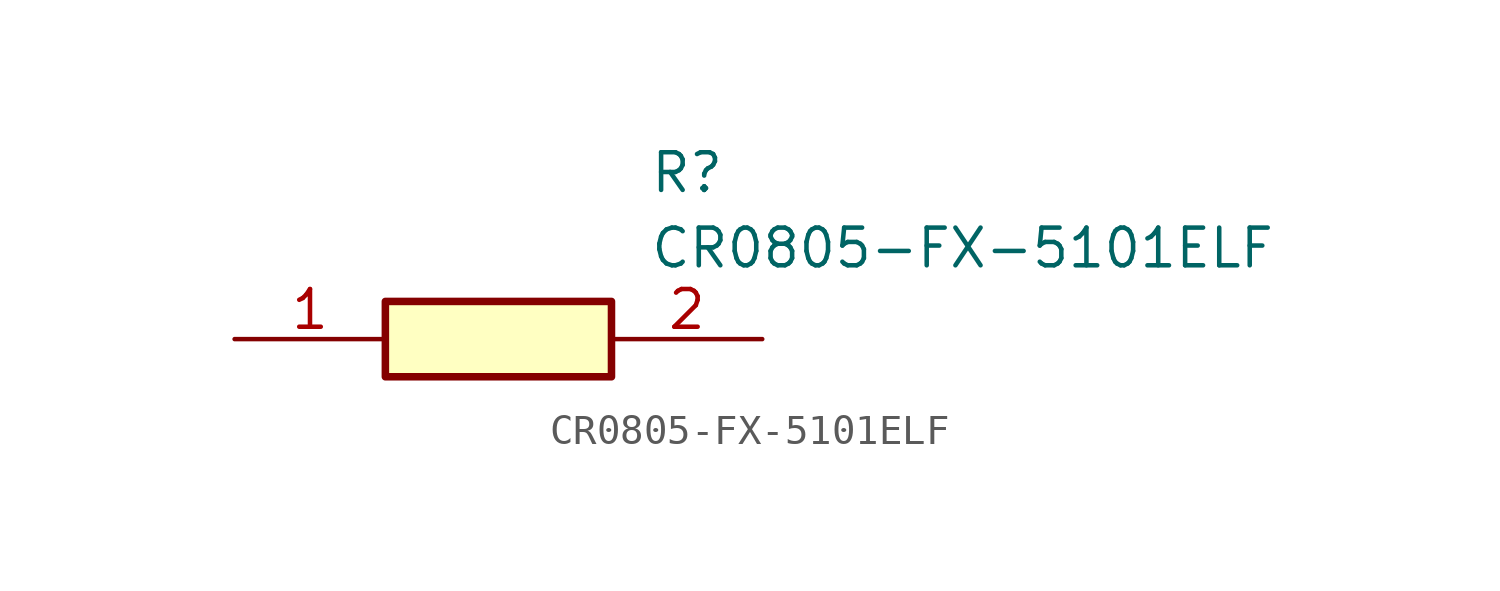
<source format=kicad_sym>
(kicad_symbol_lib
  (version 20211014)
  (generator SamacSys_ECAD_Model)
  (symbol "CR0805-FX-5101ELF"
    (pin_names hide)
    (property "Reference" "R"
      (at 13.97 6.35 0)
      (effects (font (size 1.27 1.27)) (justify left top)))
    (property "Value" "CR0805-FX-5101ELF"
      (at 13.97 3.81 0)
      (effects (font (size 1.27 1.27)) (justify left top)))
    (rectangle
      (start 5.08 1.27)
      (end 12.7 -1.27)
      (stroke (width 0.254) (type default))
      (fill (type background)))
    (pin passive line
      (at 0 0 0)
      (length 5.08)
      (name "1" (effects (font (size 1.27 1.27))))
      (number "1" (effects (font (size 1.27 1.27)))))
    (pin passive line
      (at 17.78 0 180)
      (length 5.08)
      (name "2" (effects (font (size 1.27 1.27))))
      (number "2" (effects (font (size 1.27 1.27)))))))
</source>
